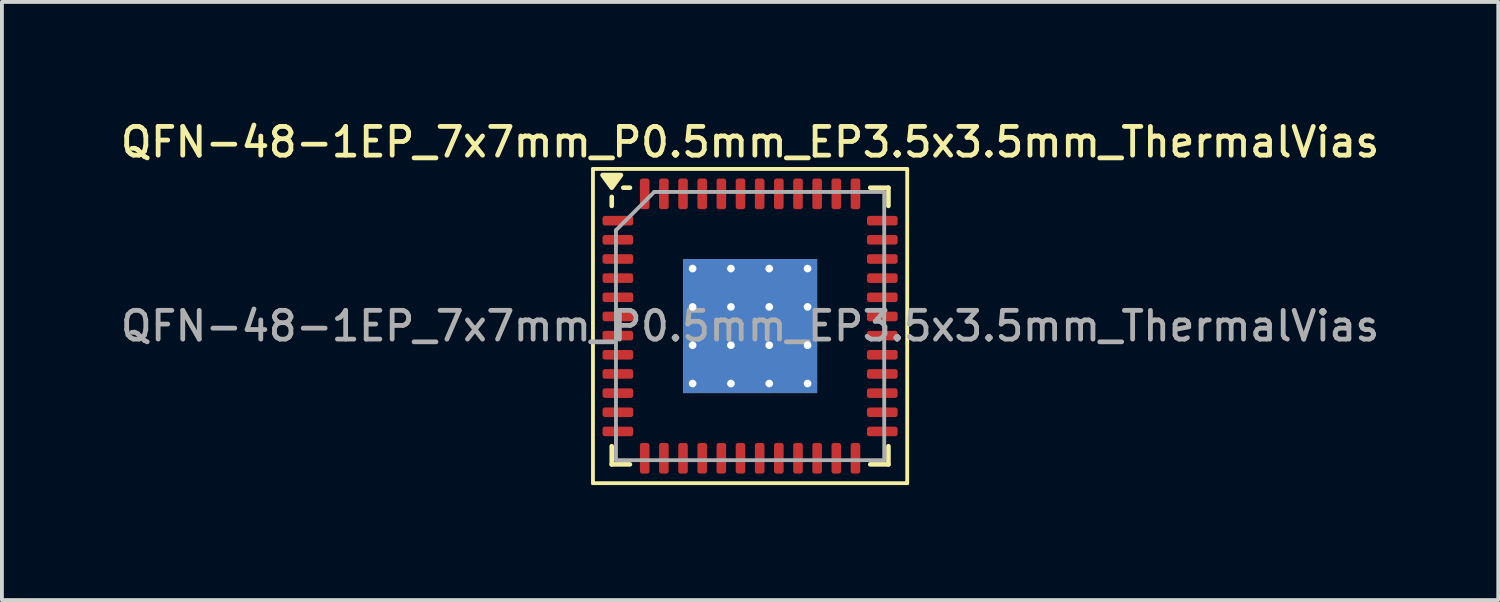
<source format=kicad_pcb>
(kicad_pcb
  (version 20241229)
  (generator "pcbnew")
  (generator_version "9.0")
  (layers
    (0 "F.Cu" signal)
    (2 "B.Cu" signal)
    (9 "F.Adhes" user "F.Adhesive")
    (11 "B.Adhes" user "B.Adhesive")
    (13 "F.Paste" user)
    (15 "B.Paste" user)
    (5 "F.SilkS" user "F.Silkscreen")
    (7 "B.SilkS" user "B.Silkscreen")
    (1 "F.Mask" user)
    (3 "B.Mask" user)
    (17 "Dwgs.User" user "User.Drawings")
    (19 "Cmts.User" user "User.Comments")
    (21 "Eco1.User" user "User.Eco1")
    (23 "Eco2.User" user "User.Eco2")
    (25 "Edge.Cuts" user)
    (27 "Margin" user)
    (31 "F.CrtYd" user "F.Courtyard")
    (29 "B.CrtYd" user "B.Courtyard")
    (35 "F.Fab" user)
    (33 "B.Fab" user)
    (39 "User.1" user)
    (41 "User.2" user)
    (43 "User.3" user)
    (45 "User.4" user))
  (footprint "QFN-48-1EP_7x7mm_P0.5mm_EP3.5x3.5mm_ThermalVias"
    (layer "F.Cu")
    (at 16.523 5.458)
    (property "Reference" "QFN-48-1EP_7x7mm_P0.5mm_EP3.5x3.5mm_ThermalVias" (at 0 -4.8 0) (layer "F.SilkS") (effects (font (size 0.75 0.75) (thickness 0.125))))
    (attr smd)
    (fp_line (start -4.1 -4.1) (end -4.1 4.1) (stroke (width 0.1) (type solid)) (layer "F.SilkS"))
    (fp_line (start -4.1 4.1) (end 4.1 4.1) (stroke (width 0.1) (type solid)) (layer "F.SilkS"))
    (fp_line (start -3.61 -3.135) (end -3.61 -3.37) (stroke (width 0.12) (type solid)) (layer "F.SilkS"))
    (fp_line (start -3.61 3.61) (end -3.61 3.135) (stroke (width 0.12) (type solid)) (layer "F.SilkS"))
    (fp_line (start -3.135 -3.61) (end -3.31 -3.61) (stroke (width 0.12) (type solid)) (layer "F.SilkS"))
    (fp_line (start -3.135 3.61) (end -3.61 3.61) (stroke (width 0.12) (type solid)) (layer "F.SilkS"))
    (fp_line (start 3.135 -3.61) (end 3.61 -3.61) (stroke (width 0.12) (type solid)) (layer "F.SilkS"))
    (fp_line (start 3.135 3.61) (end 3.61 3.61) (stroke (width 0.12) (type solid)) (layer "F.SilkS"))
    (fp_line (start 3.61 -3.61) (end 3.61 -3.135) (stroke (width 0.12) (type solid)) (layer "F.SilkS"))
    (fp_line (start 3.61 3.61) (end 3.61 3.135) (stroke (width 0.12) (type solid)) (layer "F.SilkS"))
    (fp_line (start 4.1 -4.1) (end -4.1 -4.1) (stroke (width 0.1) (type solid)) (layer "F.SilkS"))
    (fp_line (start 4.1 4.1) (end 4.1 -4.1) (stroke (width 0.1) (type solid)) (layer "F.SilkS"))
    (fp_poly (pts (xy -3.61 -3.61) (xy -3.85 -3.94) (xy -3.37 -3.94) (xy -3.61 -3.61)) (stroke (width 0.12) (type solid)) (fill yes) (layer "F.SilkS"))
    (fp_line (start -3.5 -2.5) (end -2.5 -3.5) (stroke (width 0.1) (type solid)) (layer "F.Fab"))
    (fp_line (start -3.5 3.5) (end -3.5 -2.5) (stroke (width 0.1) (type solid)) (layer "F.Fab"))
    (fp_line (start -2.5 -3.5) (end 3.5 -3.5) (stroke (width 0.1) (type solid)) (layer "F.Fab"))
    (fp_line (start 3.5 -3.5) (end 3.5 3.5) (stroke (width 0.1) (type solid)) (layer "F.Fab"))
    (fp_line (start 3.5 3.5) (end -3.5 3.5) (stroke (width 0.1) (type solid)) (layer "F.Fab"))
    (fp_text user "${REFERENCE}" (at 0 0 0) (layer "F.Fab") (effects (font (size 0.75 0.75) (thickness 0.125))))
    (pad "" smd custom (at -1 -1) (size 0.772 0.772) (layers "F.Paste") (options (anchor circle)) (primitives (gr_poly (pts (xy -0.32 -0.211) (xy -0.211 -0.32) (xy 0.211 -0.32) (xy 0.32 -0.211) (xy 0.32 0.211) (xy 0.211 0.32) (xy -0.211 0.32) (xy -0.32 0.211)) (width 0.264) (fill yes))))
    (pad "" smd custom (at -1 0) (size 0.772 0.772) (layers "F.Paste") (options (anchor circle)) (primitives (gr_poly (pts (xy -0.32 -0.211) (xy -0.211 -0.32) (xy 0.211 -0.32) (xy 0.32 -0.211) (xy 0.32 0.211) (xy 0.211 0.32) (xy -0.211 0.32) (xy -0.32 0.211)) (width 0.264) (fill yes))))
    (pad "" smd custom (at -1 1) (size 0.772 0.772) (layers "F.Paste") (options (anchor circle)) (primitives (gr_poly (pts (xy -0.32 -0.211) (xy -0.211 -0.32) (xy 0.211 -0.32) (xy 0.32 -0.211) (xy 0.32 0.211) (xy 0.211 0.32) (xy -0.211 0.32) (xy -0.32 0.211)) (width 0.264) (fill yes))))
    (pad "" smd custom (at 0 -1) (size 0.772 0.772) (layers "F.Paste") (options (anchor circle)) (primitives (gr_poly (pts (xy -0.32 -0.211) (xy -0.211 -0.32) (xy 0.211 -0.32) (xy 0.32 -0.211) (xy 0.32 0.211) (xy 0.211 0.32) (xy -0.211 0.32) (xy -0.32 0.211)) (width 0.264) (fill yes))))
    (pad "" smd custom (at 0 0) (size 0.772 0.772) (layers "F.Paste") (options (anchor circle)) (primitives (gr_poly (pts (xy -0.32 -0.211) (xy -0.211 -0.32) (xy 0.211 -0.32) (xy 0.32 -0.211) (xy 0.32 0.211) (xy 0.211 0.32) (xy -0.211 0.32) (xy -0.32 0.211)) (width 0.264) (fill yes))))
    (pad "" smd custom (at 0 1) (size 0.772 0.772) (layers "F.Paste") (options (anchor circle)) (primitives (gr_poly (pts (xy -0.32 -0.211) (xy -0.211 -0.32) (xy 0.211 -0.32) (xy 0.32 -0.211) (xy 0.32 0.211) (xy 0.211 0.32) (xy -0.211 0.32) (xy -0.32 0.211)) (width 0.264) (fill yes))))
    (pad "" smd custom (at 1 -1) (size 0.772 0.772) (layers "F.Paste") (options (anchor circle)) (primitives (gr_poly (pts (xy -0.32 -0.211) (xy -0.211 -0.32) (xy 0.211 -0.32) (xy 0.32 -0.211) (xy 0.32 0.211) (xy 0.211 0.32) (xy -0.211 0.32) (xy -0.32 0.211)) (width 0.264) (fill yes))))
    (pad "" smd custom (at 1 0) (size 0.772 0.772) (layers "F.Paste") (options (anchor circle)) (primitives (gr_poly (pts (xy -0.32 -0.211) (xy -0.211 -0.32) (xy 0.211 -0.32) (xy 0.32 -0.211) (xy 0.32 0.211) (xy 0.211 0.32) (xy -0.211 0.32) (xy -0.32 0.211)) (width 0.264) (fill yes))))
    (pad "" smd custom (at 1 1) (size 0.772 0.772) (layers "F.Paste") (options (anchor circle)) (primitives (gr_poly (pts (xy -0.32 -0.211) (xy -0.211 -0.32) (xy 0.211 -0.32) (xy 0.32 -0.211) (xy 0.32 0.211) (xy 0.211 0.32) (xy -0.211 0.32) (xy -0.32 0.211)) (width 0.264) (fill yes))))
    (pad "1" smd roundrect (at -3.45 -2.75) (size 0.8 0.25) (layers "F.Cu" "F.Mask" "F.Paste") (roundrect_rratio 0.25))
    (pad "2" smd roundrect (at -3.45 -2.25) (size 0.8 0.25) (layers "F.Cu" "F.Mask" "F.Paste") (roundrect_rratio 0.25))
    (pad "3" smd roundrect (at -3.45 -1.75) (size 0.8 0.25) (layers "F.Cu" "F.Mask" "F.Paste") (roundrect_rratio 0.25))
    (pad "4" smd roundrect (at -3.45 -1.25) (size 0.8 0.25) (layers "F.Cu" "F.Mask" "F.Paste") (roundrect_rratio 0.25))
    (pad "5" smd roundrect (at -3.45 -0.75) (size 0.8 0.25) (layers "F.Cu" "F.Mask" "F.Paste") (roundrect_rratio 0.25))
    (pad "6" smd roundrect (at -3.45 -0.25) (size 0.8 0.25) (layers "F.Cu" "F.Mask" "F.Paste") (roundrect_rratio 0.25))
    (pad "7" smd roundrect (at -3.45 0.25) (size 0.8 0.25) (layers "F.Cu" "F.Mask" "F.Paste") (roundrect_rratio 0.25))
    (pad "8" smd roundrect (at -3.45 0.75) (size 0.8 0.25) (layers "F.Cu" "F.Mask" "F.Paste") (roundrect_rratio 0.25))
    (pad "9" smd roundrect (at -3.45 1.25) (size 0.8 0.25) (layers "F.Cu" "F.Mask" "F.Paste") (roundrect_rratio 0.25))
    (pad "10" smd roundrect (at -3.45 1.75) (size 0.8 0.25) (layers "F.Cu" "F.Mask" "F.Paste") (roundrect_rratio 0.25))
    (pad "11" smd roundrect (at -3.45 2.25) (size 0.8 0.25) (layers "F.Cu" "F.Mask" "F.Paste") (roundrect_rratio 0.25))
    (pad "12" smd roundrect (at -3.45 2.75) (size 0.8 0.25) (layers "F.Cu" "F.Mask" "F.Paste") (roundrect_rratio 0.25))
    (pad "13" smd roundrect (at -2.75 3.45) (size 0.25 0.8) (layers "F.Cu" "F.Mask" "F.Paste") (roundrect_rratio 0.25))
    (pad "14" smd roundrect (at -2.25 3.45) (size 0.25 0.8) (layers "F.Cu" "F.Mask" "F.Paste") (roundrect_rratio 0.25))
    (pad "15" smd roundrect (at -1.75 3.45) (size 0.25 0.8) (layers "F.Cu" "F.Mask" "F.Paste") (roundrect_rratio 0.25))
    (pad "16" smd roundrect (at -1.25 3.45) (size 0.25 0.8) (layers "F.Cu" "F.Mask" "F.Paste") (roundrect_rratio 0.25))
    (pad "17" smd roundrect (at -0.75 3.45) (size 0.25 0.8) (layers "F.Cu" "F.Mask" "F.Paste") (roundrect_rratio 0.25))
    (pad "18" smd roundrect (at -0.25 3.45) (size 0.25 0.8) (layers "F.Cu" "F.Mask" "F.Paste") (roundrect_rratio 0.25))
    (pad "19" smd roundrect (at 0.25 3.45) (size 0.25 0.8) (layers "F.Cu" "F.Mask" "F.Paste") (roundrect_rratio 0.25))
    (pad "20" smd roundrect (at 0.75 3.45) (size 0.25 0.8) (layers "F.Cu" "F.Mask" "F.Paste") (roundrect_rratio 0.25))
    (pad "21" smd roundrect (at 1.25 3.45) (size 0.25 0.8) (layers "F.Cu" "F.Mask" "F.Paste") (roundrect_rratio 0.25))
    (pad "22" smd roundrect (at 1.75 3.45) (size 0.25 0.8) (layers "F.Cu" "F.Mask" "F.Paste") (roundrect_rratio 0.25))
    (pad "23" smd roundrect (at 2.25 3.45) (size 0.25 0.8) (layers "F.Cu" "F.Mask" "F.Paste") (roundrect_rratio 0.25))
    (pad "24" smd roundrect (at 2.75 3.45) (size 0.25 0.8) (layers "F.Cu" "F.Mask" "F.Paste") (roundrect_rratio 0.25))
    (pad "25" smd roundrect (at 3.45 2.75) (size 0.8 0.25) (layers "F.Cu" "F.Mask" "F.Paste") (roundrect_rratio 0.25))
    (pad "26" smd roundrect (at 3.45 2.25) (size 0.8 0.25) (layers "F.Cu" "F.Mask" "F.Paste") (roundrect_rratio 0.25))
    (pad "27" smd roundrect (at 3.45 1.75) (size 0.8 0.25) (layers "F.Cu" "F.Mask" "F.Paste") (roundrect_rratio 0.25))
    (pad "28" smd roundrect (at 3.45 1.25) (size 0.8 0.25) (layers "F.Cu" "F.Mask" "F.Paste") (roundrect_rratio 0.25))
    (pad "29" smd roundrect (at 3.45 0.75) (size 0.8 0.25) (layers "F.Cu" "F.Mask" "F.Paste") (roundrect_rratio 0.25))
    (pad "30" smd roundrect (at 3.45 0.25) (size 0.8 0.25) (layers "F.Cu" "F.Mask" "F.Paste") (roundrect_rratio 0.25))
    (pad "31" smd roundrect (at 3.45 -0.25) (size 0.8 0.25) (layers "F.Cu" "F.Mask" "F.Paste") (roundrect_rratio 0.25))
    (pad "32" smd roundrect (at 3.45 -0.75) (size 0.8 0.25) (layers "F.Cu" "F.Mask" "F.Paste") (roundrect_rratio 0.25))
    (pad "33" smd roundrect (at 3.45 -1.25) (size 0.8 0.25) (layers "F.Cu" "F.Mask" "F.Paste") (roundrect_rratio 0.25))
    (pad "34" smd roundrect (at 3.45 -1.75) (size 0.8 0.25) (layers "F.Cu" "F.Mask" "F.Paste") (roundrect_rratio 0.25))
    (pad "35" smd roundrect (at 3.45 -2.25) (size 0.8 0.25) (layers "F.Cu" "F.Mask" "F.Paste") (roundrect_rratio 0.25))
    (pad "36" smd roundrect (at 3.45 -2.75) (size 0.8 0.25) (layers "F.Cu" "F.Mask" "F.Paste") (roundrect_rratio 0.25))
    (pad "37" smd roundrect (at 2.75 -3.45) (size 0.25 0.8) (layers "F.Cu" "F.Mask" "F.Paste") (roundrect_rratio 0.25))
    (pad "38" smd roundrect (at 2.25 -3.45) (size 0.25 0.8) (layers "F.Cu" "F.Mask" "F.Paste") (roundrect_rratio 0.25))
    (pad "39" smd roundrect (at 1.75 -3.45) (size 0.25 0.8) (layers "F.Cu" "F.Mask" "F.Paste") (roundrect_rratio 0.25))
    (pad "40" smd roundrect (at 1.25 -3.45) (size 0.25 0.8) (layers "F.Cu" "F.Mask" "F.Paste") (roundrect_rratio 0.25))
    (pad "41" smd roundrect (at 0.75 -3.45) (size 0.25 0.8) (layers "F.Cu" "F.Mask" "F.Paste") (roundrect_rratio 0.25))
    (pad "42" smd roundrect (at 0.25 -3.45) (size 0.25 0.8) (layers "F.Cu" "F.Mask" "F.Paste") (roundrect_rratio 0.25))
    (pad "43" smd roundrect (at -0.25 -3.45) (size 0.25 0.8) (layers "F.Cu" "F.Mask" "F.Paste") (roundrect_rratio 0.25))
    (pad "44" smd roundrect (at -0.75 -3.45) (size 0.25 0.8) (layers "F.Cu" "F.Mask" "F.Paste") (roundrect_rratio 0.25))
    (pad "45" smd roundrect (at -1.25 -3.45) (size 0.25 0.8) (layers "F.Cu" "F.Mask" "F.Paste") (roundrect_rratio 0.25))
    (pad "46" smd roundrect (at -1.75 -3.45) (size 0.25 0.8) (layers "F.Cu" "F.Mask" "F.Paste") (roundrect_rratio 0.25))
    (pad "47" smd roundrect (at -2.25 -3.45) (size 0.25 0.8) (layers "F.Cu" "F.Mask" "F.Paste") (roundrect_rratio 0.25))
    (pad "48" smd roundrect (at -2.75 -3.45) (size 0.25 0.8) (layers "F.Cu" "F.Mask" "F.Paste") (roundrect_rratio 0.25))
    (pad "49" thru_hole circle (at -1.5 -1.5) (size 0.5 0.5) (drill 0.2) (property pad_prop_heatsink) (layers "*.Cu"))
    (pad "49" thru_hole circle (at -1.5 -0.5) (size 0.5 0.5) (drill 0.2) (property pad_prop_heatsink) (layers "*.Cu"))
    (pad "49" thru_hole circle (at -1.5 0.5) (size 0.5 0.5) (drill 0.2) (property pad_prop_heatsink) (layers "*.Cu"))
    (pad "49" thru_hole circle (at -1.5 1.5) (size 0.5 0.5) (drill 0.2) (property pad_prop_heatsink) (layers "*.Cu"))
    (pad "49" thru_hole circle (at -0.5 -1.5) (size 0.5 0.5) (drill 0.2) (property pad_prop_heatsink) (layers "*.Cu"))
    (pad "49" thru_hole circle (at -0.5 -0.5) (size 0.5 0.5) (drill 0.2) (property pad_prop_heatsink) (layers "*.Cu"))
    (pad "49" thru_hole circle (at -0.5 0.5) (size 0.5 0.5) (drill 0.2) (property pad_prop_heatsink) (layers "*.Cu"))
    (pad "49" thru_hole circle (at -0.5 1.5) (size 0.5 0.5) (drill 0.2) (property pad_prop_heatsink) (layers "*.Cu"))
    (pad "49" smd rect (at 0 0) (size 3.5 3.5) (property pad_prop_heatsink) (layers "F.Cu" "F.Mask"))
    (pad "49" smd rect (at 0 0) (size 3.5 3.5) (property pad_prop_heatsink) (layers "B.Cu"))
    (pad "49" thru_hole circle (at 0.5 -1.5) (size 0.5 0.5) (drill 0.2) (property pad_prop_heatsink) (layers "*.Cu"))
    (pad "49" thru_hole circle (at 0.5 -0.5) (size 0.5 0.5) (drill 0.2) (property pad_prop_heatsink) (layers "*.Cu"))
    (pad "49" thru_hole circle (at 0.5 0.5) (size 0.5 0.5) (drill 0.2) (property pad_prop_heatsink) (layers "*.Cu"))
    (pad "49" thru_hole circle (at 0.5 1.5) (size 0.5 0.5) (drill 0.2) (property pad_prop_heatsink) (layers "*.Cu"))
    (pad "49" thru_hole circle (at 1.5 -1.5) (size 0.5 0.5) (drill 0.2) (property pad_prop_heatsink) (layers "*.Cu"))
    (pad "49" thru_hole circle (at 1.5 -0.5) (size 0.5 0.5) (drill 0.2) (property pad_prop_heatsink) (layers "*.Cu"))
    (pad "49" thru_hole circle (at 1.5 0.5) (size 0.5 0.5) (drill 0.2) (property pad_prop_heatsink) (layers "*.Cu"))
    (pad "49" thru_hole circle (at 1.5 1.5) (size 0.5 0.5) (drill 0.2) (property pad_prop_heatsink) (layers "*.Cu")))
  (gr_rect
    (start -3 -3)
    (end 36.046 12.608)
    (stroke (width 0.1) (type default))
    (fill no)
    (layer "Edge.Cuts")))
</source>
